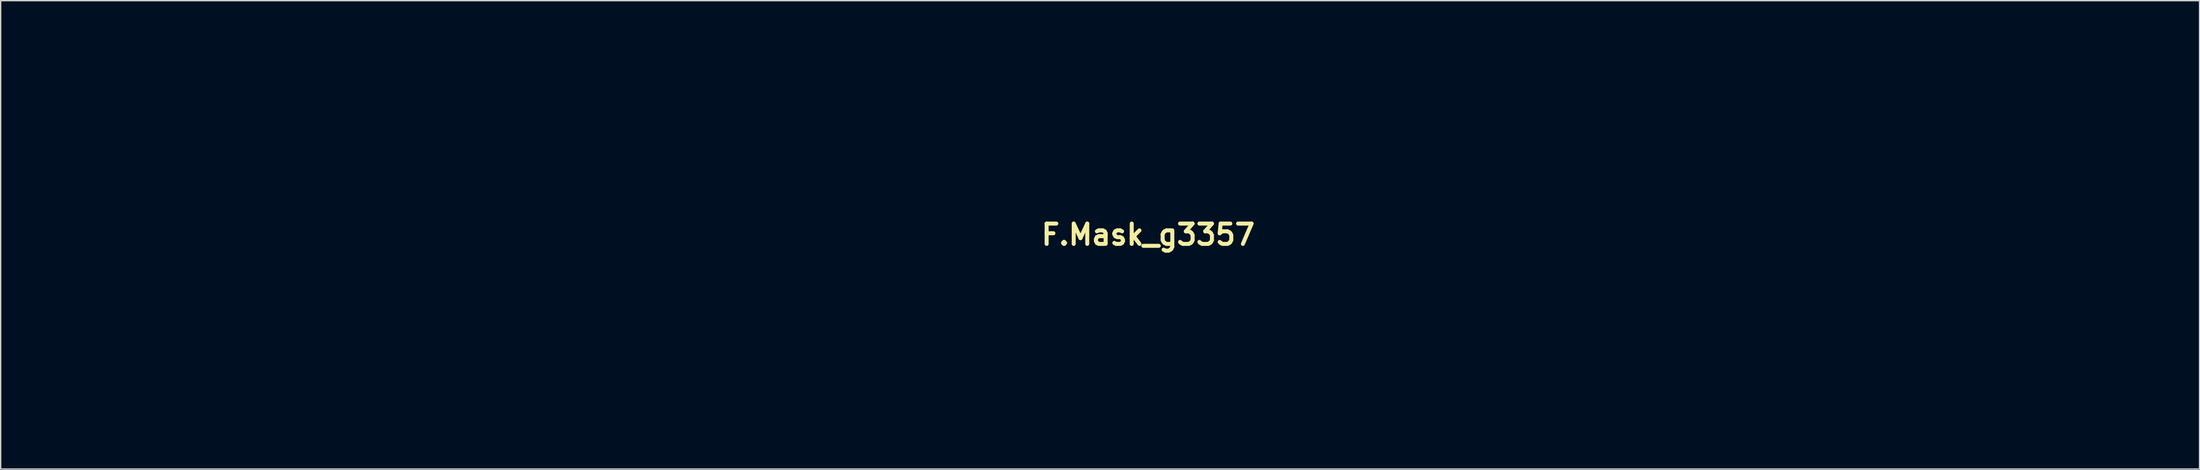
<source format=kicad_pcb>
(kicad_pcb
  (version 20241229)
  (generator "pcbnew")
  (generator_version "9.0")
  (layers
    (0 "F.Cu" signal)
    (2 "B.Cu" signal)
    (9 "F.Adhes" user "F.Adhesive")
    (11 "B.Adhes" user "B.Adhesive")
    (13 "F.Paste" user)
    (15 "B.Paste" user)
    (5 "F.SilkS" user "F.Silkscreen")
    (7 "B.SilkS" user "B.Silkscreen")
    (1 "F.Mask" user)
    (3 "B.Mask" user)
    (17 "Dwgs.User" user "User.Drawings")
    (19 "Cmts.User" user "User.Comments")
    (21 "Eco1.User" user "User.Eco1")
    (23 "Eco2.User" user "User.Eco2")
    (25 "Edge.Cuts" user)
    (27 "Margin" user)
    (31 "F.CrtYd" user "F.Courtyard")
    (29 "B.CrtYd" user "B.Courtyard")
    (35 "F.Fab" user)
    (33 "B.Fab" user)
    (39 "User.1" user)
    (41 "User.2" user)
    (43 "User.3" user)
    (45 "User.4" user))
  (footprint "F.Mask_g3357"
    (layer "F.Cu")
    (at 83.14 14.572)
    (property "Reference" "F.Mask_g3357" (at 0 0 0) (layer "F.SilkS") (effects (font (size 1.524 1.524) (thickness 0.3))))
    (attr through_hole)
    (fp_poly (pts (xy 73.823 -14.536) (xy 74.056 -14.464) (xy 74.285 -14.368) (xy 74.507 -14.251) (xy 74.719 -14.113) (xy 74.919 -13.957) (xy 75.104 -13.784) (xy 75.272 -13.595) (xy 75.37 -13.468) (xy 75.512 -13.252) (xy 75.632 -13.029) (xy 75.732 -12.797) (xy 75.812 -12.551) (xy 75.875 -12.29) (xy 75.886 -12.23) (xy 75.89 -12.212) (xy 75.893 -12.195) (xy 75.895 -12.177) (xy 75.898 -12.156) (xy 75.9 -12.133) (xy 75.902 -12.105) (xy 75.904 -12.072) (xy 75.905 -12.032) (xy 75.907 -11.985) (xy 75.908 -11.929) (xy 75.909 -11.863) (xy 75.91 -11.786) (xy 75.911 -11.697) (xy 75.912 -11.596) (xy 75.913 -11.479) (xy 75.913 -11.348) (xy 75.914 -11.2) (xy 75.915 -11.034) (xy 75.915 -10.85) (xy 75.915 -10.646) (xy 75.916 -10.421) (xy 75.916 -10.174) (xy 75.917 -9.904) (xy 75.917 -9.609) (xy 75.917 -9.598) (xy 75.921 -7.112) (xy -83.135 -7.112) (xy -83.131 -9.56) (xy -83.13 -9.853) (xy -83.13 -10.122) (xy -83.129 -10.367) (xy -83.129 -10.591) (xy -83.128 -10.794) (xy -83.128 -10.977) (xy -83.127 -11.141) (xy -83.126 -11.288) (xy -83.126 -11.418) (xy -83.125 -11.533) (xy -83.124 -11.634) (xy -83.123 -11.722) (xy -83.122 -11.798) (xy -83.121 -11.864) (xy -83.12 -11.919) (xy -83.118 -11.967) (xy -83.116 -12.006) (xy -83.115 -12.04) (xy -83.112 -12.068) (xy -83.11 -12.093) (xy -83.108 -12.114) (xy -83.105 -12.134) (xy -83.102 -12.153) (xy -83.1 -12.167) (xy -83.044 -12.438) (xy -82.97 -12.693) (xy -82.878 -12.933) (xy -82.765 -13.161) (xy -82.633 -13.378) (xy -82.55 -13.493) (xy -82.382 -13.699) (xy -82.197 -13.886) (xy -81.996 -14.054) (xy -81.782 -14.202) (xy -81.556 -14.33) (xy -81.319 -14.435) (xy -81.072 -14.517) (xy -81.02 -14.531) (xy -80.881 -14.567) (xy 73.7 -14.567) (xy 73.823 -14.536)) (stroke (width 0.01) (type solid)) (fill yes) (layer "F.Mask"))
    (fp_poly (pts (xy 75.921 9.543) (xy 75.921 9.842) (xy 75.921 10.117) (xy 75.921 10.368) (xy 75.92 10.598) (xy 75.92 10.807) (xy 75.92 10.996) (xy 75.919 11.167) (xy 75.919 11.321) (xy 75.918 11.459) (xy 75.917 11.581) (xy 75.915 11.69) (xy 75.913 11.786) (xy 75.911 11.871) (xy 75.909 11.945) (xy 75.906 12.011) (xy 75.902 12.068) (xy 75.898 12.118) (xy 75.894 12.163) (xy 75.889 12.203) (xy 75.883 12.24) (xy 75.877 12.275) (xy 75.87 12.308) (xy 75.862 12.342) (xy 75.854 12.377) (xy 75.845 12.414) (xy 75.838 12.44) (xy 75.762 12.702) (xy 75.665 12.953) (xy 75.546 13.19) (xy 75.408 13.412) (xy 75.251 13.62) (xy 75.075 13.811) (xy 74.882 13.985) (xy 74.673 14.141) (xy 74.449 14.278) (xy 74.21 14.395) (xy 73.957 14.492) (xy 73.8 14.539) (xy 73.628 14.586) (xy -3.569 14.588) (xy -5.31 14.588) (xy -7.027 14.588) (xy -8.718 14.588) (xy -10.385 14.588) (xy -12.027 14.588) (xy -13.644 14.588) (xy -15.237 14.588) (xy -16.806 14.588) (xy -18.351 14.588) (xy -19.872 14.588) (xy -21.369 14.588) (xy -22.842 14.588) (xy -24.293 14.588) (xy -25.72 14.588) (xy -27.124 14.588) (xy -28.505 14.588) (xy -29.864 14.588) (xy -31.2 14.588) (xy -32.514 14.588) (xy -33.806 14.588) (xy -35.075 14.588) (xy -36.323 14.588) (xy -37.549 14.588) (xy -38.754 14.588) (xy -39.938 14.588) (xy -41.1 14.588) (xy -42.242 14.588) (xy -43.362 14.588) (xy -44.462 14.588) (xy -45.542 14.588) (xy -46.601 14.588) (xy -47.64 14.588) (xy -48.66 14.588) (xy -49.659 14.588) (xy -50.639 14.588) (xy -51.6 14.588) (xy -52.541 14.588) (xy -53.464 14.588) (xy -54.367 14.588) (xy -55.252 14.588) (xy -56.118 14.588) (xy -56.965 14.588) (xy -57.795 14.588) (xy -58.606 14.587) (xy -59.4 14.587) (xy -60.176 14.587) (xy -60.934 14.587) (xy -61.675 14.587) (xy -62.399 14.587) (xy -63.106 14.587) (xy -63.796 14.587) (xy -64.469 14.587) (xy -65.126 14.587) (xy -65.767 14.587) (xy -66.391 14.586) (xy -66.999 14.586) (xy -67.592 14.586) (xy -68.169 14.586) (xy -68.73 14.586) (xy -69.276 14.586) (xy -69.807 14.586) (xy -70.323 14.585) (xy -70.824 14.585) (xy -71.311 14.585) (xy -71.783 14.585) (xy -72.241 14.585) (xy -72.685 14.585) (xy -73.115 14.584) (xy -73.531 14.584) (xy -73.933 14.584) (xy -74.322 14.584) (xy -74.698 14.584) (xy -75.061 14.584) (xy -75.411 14.583) (xy -75.748 14.583) (xy -76.072 14.583) (xy -76.384 14.583) (xy -76.684 14.583) (xy -76.972 14.582) (xy -77.248 14.582) (xy -77.513 14.582) (xy -77.765 14.582) (xy -78.007 14.581) (xy -78.237 14.581) (xy -78.456 14.581) (xy -78.664 14.581) (xy -78.862 14.58) (xy -79.049 14.58) (xy -79.226 14.58) (xy -79.393 14.58) (xy -79.549 14.579) (xy -79.696 14.579) (xy -79.833 14.579) (xy -79.961 14.578) (xy -80.079 14.578) (xy -80.188 14.578) (xy -80.289 14.577) (xy -80.38 14.577) (xy -80.463 14.577) (xy -80.537 14.577) (xy -80.603 14.576) (xy -80.661 14.576) (xy -80.711 14.575) (xy -80.754 14.575) (xy -80.788 14.575) (xy -80.816 14.574) (xy -80.836 14.574) (xy -80.848 14.574) (xy -80.854 14.573) (xy -80.855 14.573) (xy -81.091 14.516) (xy -81.327 14.436) (xy -81.558 14.332) (xy -81.781 14.208) (xy -81.994 14.064) (xy -82.017 14.048) (xy -82.087 13.99) (xy -82.168 13.917) (xy -82.254 13.835) (xy -82.341 13.747) (xy -82.422 13.66) (xy -82.494 13.578) (xy -82.549 13.508) (xy -82.679 13.32) (xy -82.79 13.13) (xy -82.885 12.934) (xy -82.965 12.729) (xy -83.032 12.509) (xy -83.088 12.271) (xy -83.099 12.211) (xy -83.103 12.194) (xy -83.106 12.177) (xy -83.108 12.159) (xy -83.111 12.139) (xy -83.113 12.116) (xy -83.115 12.088) (xy -83.117 12.055) (xy -83.118 12.015) (xy -83.12 11.967) (xy -83.121 11.911) (xy -83.122 11.844) (xy -83.123 11.767) (xy -83.124 11.677) (xy -83.125 11.575) (xy -83.126 11.457) (xy -83.126 11.324) (xy -83.127 11.175) (xy -83.128 11.008) (xy -83.128 10.822) (xy -83.129 10.616) (xy -83.129 10.389) (xy -83.13 10.14) (xy -83.13 9.867) (xy -83.13 9.604) (xy -83.135 7.137) (xy 75.921 7.137) (xy 75.921 9.543)) (stroke (width 0.01) (type solid)) (fill yes) (layer "F.Mask")))
  (gr_rect
    (start -3 -3)
    (end 162.066 32.165)
    (stroke (width 0.1) (type default))
    (fill no)
    (layer "Edge.Cuts")))
</source>
